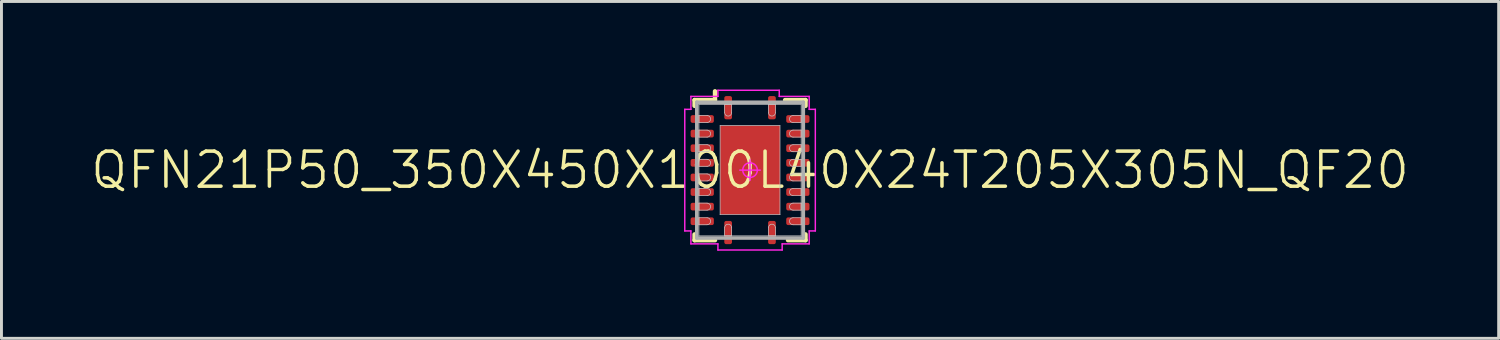
<source format=kicad_pcb>
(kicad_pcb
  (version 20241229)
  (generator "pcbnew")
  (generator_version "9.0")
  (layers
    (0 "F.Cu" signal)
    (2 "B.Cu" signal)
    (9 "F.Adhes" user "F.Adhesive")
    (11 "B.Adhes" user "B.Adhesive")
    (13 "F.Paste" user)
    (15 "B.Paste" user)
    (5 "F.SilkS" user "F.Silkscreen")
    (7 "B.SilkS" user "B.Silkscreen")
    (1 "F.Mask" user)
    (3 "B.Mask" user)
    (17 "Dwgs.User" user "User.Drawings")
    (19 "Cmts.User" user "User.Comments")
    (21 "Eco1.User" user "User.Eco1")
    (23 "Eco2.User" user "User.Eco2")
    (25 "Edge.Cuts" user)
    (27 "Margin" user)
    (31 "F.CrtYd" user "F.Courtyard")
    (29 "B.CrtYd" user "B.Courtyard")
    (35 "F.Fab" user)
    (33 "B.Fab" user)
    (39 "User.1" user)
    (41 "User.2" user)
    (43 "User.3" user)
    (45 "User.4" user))
  (footprint "QFN21P50_350X450X100L40X24T205X305N_QF20"
    (layer "F.Cu")
    (at 22.631 2.775)
    (property "Reference" "QFN21P50_350X450X100L40X24T205X305N_QF20" (at 0 0 0) (layer "F.SilkS") (effects (font (size 1.2 1.2) (thickness 0.12))))
    (attr smd)
    (fp_line (start -1.9 -2.4) (end -1.9 -2.2) (stroke (width 0.15) (type solid)) (layer "F.SilkS"))
    (fp_line (start -1.9 2.4) (end -1.9 2.2) (stroke (width 0.15) (type solid)) (layer "F.SilkS"))
    (fp_line (start -1.2 -2.7) (end -1.2 -2.4) (stroke (width 0.15) (type solid)) (layer "F.SilkS"))
    (fp_line (start -1.2 -2.4) (end -1.9 -2.4) (stroke (width 0.15) (type solid)) (layer "F.SilkS"))
    (fp_line (start -1.2 2.4) (end -1.9 2.4) (stroke (width 0.15) (type solid)) (layer "F.SilkS"))
    (fp_line (start 1.2 -2.4) (end 1.9 -2.4) (stroke (width 0.15) (type solid)) (layer "F.SilkS"))
    (fp_line (start 1.3 2.4) (end 1.9 2.4) (stroke (width 0.15) (type solid)) (layer "F.SilkS"))
    (fp_line (start 1.9 -2.4) (end 1.9 -2.2) (stroke (width 0.15) (type solid)) (layer "F.SilkS"))
    (fp_line (start 1.9 2.4) (end 1.9 2.2) (stroke (width 0.15) (type solid)) (layer "F.SilkS"))
    (fp_line (start -1.75 -2.25) (end 1.75 -2.25) (stroke (width 0.025) (type solid)) (layer "Dwgs.User"))
    (fp_line (start -1.75 -1.87) (end -1.75 -1.63) (stroke (width 0.025) (type solid)) (layer "Dwgs.User"))
    (fp_line (start -1.75 -1.63) (end -1.47 -1.63) (stroke (width 0.025) (type solid)) (layer "Dwgs.User"))
    (fp_line (start -1.75 -1.37) (end -1.75 -1.13) (stroke (width 0.025) (type solid)) (layer "Dwgs.User"))
    (fp_line (start -1.75 -1.13) (end -1.47 -1.13) (stroke (width 0.025) (type solid)) (layer "Dwgs.User"))
    (fp_line (start -1.75 -0.87) (end -1.75 -0.63) (stroke (width 0.025) (type solid)) (layer "Dwgs.User"))
    (fp_line (start -1.75 -0.63) (end -1.47 -0.63) (stroke (width 0.025) (type solid)) (layer "Dwgs.User"))
    (fp_line (start -1.75 -0.37) (end -1.75 -0.13) (stroke (width 0.025) (type solid)) (layer "Dwgs.User"))
    (fp_line (start -1.75 -0.13) (end -1.47 -0.13) (stroke (width 0.025) (type solid)) (layer "Dwgs.User"))
    (fp_line (start -1.75 0.13) (end -1.75 0.37) (stroke (width 0.025) (type solid)) (layer "Dwgs.User"))
    (fp_line (start -1.75 0.37) (end -1.47 0.37) (stroke (width 0.025) (type solid)) (layer "Dwgs.User"))
    (fp_line (start -1.75 0.63) (end -1.75 0.87) (stroke (width 0.025) (type solid)) (layer "Dwgs.User"))
    (fp_line (start -1.75 0.87) (end -1.47 0.87) (stroke (width 0.025) (type solid)) (layer "Dwgs.User"))
    (fp_line (start -1.75 1.13) (end -1.75 1.37) (stroke (width 0.025) (type solid)) (layer "Dwgs.User"))
    (fp_line (start -1.75 1.37) (end -1.47 1.37) (stroke (width 0.025) (type solid)) (layer "Dwgs.User"))
    (fp_line (start -1.75 1.63) (end -1.75 1.87) (stroke (width 0.025) (type solid)) (layer "Dwgs.User"))
    (fp_line (start -1.75 1.87) (end -1.47 1.87) (stroke (width 0.025) (type solid)) (layer "Dwgs.User"))
    (fp_line (start -1.75 2.25) (end -1.75 -2.25) (stroke (width 0.025) (type solid)) (layer "Dwgs.User"))
    (fp_line (start -1.47 -1.87) (end -1.75 -1.87) (stroke (width 0.025) (type solid)) (layer "Dwgs.User"))
    (fp_line (start -1.47 -1.37) (end -1.75 -1.37) (stroke (width 0.025) (type solid)) (layer "Dwgs.User"))
    (fp_line (start -1.47 -0.87) (end -1.75 -0.87) (stroke (width 0.025) (type solid)) (layer "Dwgs.User"))
    (fp_line (start -1.47 -0.37) (end -1.75 -0.37) (stroke (width 0.025) (type solid)) (layer "Dwgs.User"))
    (fp_line (start -1.47 0.13) (end -1.75 0.13) (stroke (width 0.025) (type solid)) (layer "Dwgs.User"))
    (fp_line (start -1.47 0.63) (end -1.75 0.63) (stroke (width 0.025) (type solid)) (layer "Dwgs.User"))
    (fp_line (start -1.47 1.13) (end -1.75 1.13) (stroke (width 0.025) (type solid)) (layer "Dwgs.User"))
    (fp_line (start -1.47 1.63) (end -1.75 1.63) (stroke (width 0.025) (type solid)) (layer "Dwgs.User"))
    (fp_line (start -1.025 -1.525) (end 1.025 -1.525) (stroke (width 0.025) (type solid)) (layer "Dwgs.User"))
    (fp_line (start -1.025 1.525) (end -1.025 -1.525) (stroke (width 0.025) (type solid)) (layer "Dwgs.User"))
    (fp_line (start -0.87 -2.25) (end -0.87 -1.97) (stroke (width 0.025) (type solid)) (layer "Dwgs.User"))
    (fp_line (start -0.87 1.97) (end -0.87 2.25) (stroke (width 0.025) (type solid)) (layer "Dwgs.User"))
    (fp_line (start -0.87 2.25) (end -0.63 2.25) (stroke (width 0.025) (type solid)) (layer "Dwgs.User"))
    (fp_line (start -0.63 -2.25) (end -0.87 -2.25) (stroke (width 0.025) (type solid)) (layer "Dwgs.User"))
    (fp_line (start -0.63 -1.97) (end -0.63 -2.25) (stroke (width 0.025) (type solid)) (layer "Dwgs.User"))
    (fp_line (start -0.63 2.25) (end -0.63 1.97) (stroke (width 0.025) (type solid)) (layer "Dwgs.User"))
    (fp_line (start 0.63 -2.25) (end 0.63 -1.97) (stroke (width 0.025) (type solid)) (layer "Dwgs.User"))
    (fp_line (start 0.63 1.97) (end 0.63 2.25) (stroke (width 0.025) (type solid)) (layer "Dwgs.User"))
    (fp_line (start 0.63 2.25) (end 0.87 2.25) (stroke (width 0.025) (type solid)) (layer "Dwgs.User"))
    (fp_line (start 0.87 -2.25) (end 0.63 -2.25) (stroke (width 0.025) (type solid)) (layer "Dwgs.User"))
    (fp_line (start 0.87 -1.97) (end 0.87 -2.25) (stroke (width 0.025) (type solid)) (layer "Dwgs.User"))
    (fp_line (start 0.87 2.25) (end 0.87 1.97) (stroke (width 0.025) (type solid)) (layer "Dwgs.User"))
    (fp_line (start 1.025 -1.525) (end 1.025 1.525) (stroke (width 0.025) (type solid)) (layer "Dwgs.User"))
    (fp_line (start 1.025 1.525) (end -1.025 1.525) (stroke (width 0.025) (type solid)) (layer "Dwgs.User"))
    (fp_line (start 1.47 -1.63) (end 1.75 -1.63) (stroke (width 0.025) (type solid)) (layer "Dwgs.User"))
    (fp_line (start 1.47 -1.13) (end 1.75 -1.13) (stroke (width 0.025) (type solid)) (layer "Dwgs.User"))
    (fp_line (start 1.47 -0.63) (end 1.75 -0.63) (stroke (width 0.025) (type solid)) (layer "Dwgs.User"))
    (fp_line (start 1.47 -0.13) (end 1.75 -0.13) (stroke (width 0.025) (type solid)) (layer "Dwgs.User"))
    (fp_line (start 1.47 0.37) (end 1.75 0.37) (stroke (width 0.025) (type solid)) (layer "Dwgs.User"))
    (fp_line (start 1.47 0.87) (end 1.75 0.87) (stroke (width 0.025) (type solid)) (layer "Dwgs.User"))
    (fp_line (start 1.47 1.37) (end 1.75 1.37) (stroke (width 0.025) (type solid)) (layer "Dwgs.User"))
    (fp_line (start 1.47 1.87) (end 1.75 1.87) (stroke (width 0.025) (type solid)) (layer "Dwgs.User"))
    (fp_line (start 1.75 -2.25) (end 1.75 2.25) (stroke (width 0.025) (type solid)) (layer "Dwgs.User"))
    (fp_line (start 1.75 -1.87) (end 1.47 -1.87) (stroke (width 0.025) (type solid)) (layer "Dwgs.User"))
    (fp_line (start 1.75 -1.63) (end 1.75 -1.87) (stroke (width 0.025) (type solid)) (layer "Dwgs.User"))
    (fp_line (start 1.75 -1.37) (end 1.47 -1.37) (stroke (width 0.025) (type solid)) (layer "Dwgs.User"))
    (fp_line (start 1.75 -1.13) (end 1.75 -1.37) (stroke (width 0.025) (type solid)) (layer "Dwgs.User"))
    (fp_line (start 1.75 -0.87) (end 1.47 -0.87) (stroke (width 0.025) (type solid)) (layer "Dwgs.User"))
    (fp_line (start 1.75 -0.63) (end 1.75 -0.87) (stroke (width 0.025) (type solid)) (layer "Dwgs.User"))
    (fp_line (start 1.75 -0.37) (end 1.47 -0.37) (stroke (width 0.025) (type solid)) (layer "Dwgs.User"))
    (fp_line (start 1.75 -0.13) (end 1.75 -0.37) (stroke (width 0.025) (type solid)) (layer "Dwgs.User"))
    (fp_line (start 1.75 0.13) (end 1.47 0.13) (stroke (width 0.025) (type solid)) (layer "Dwgs.User"))
    (fp_line (start 1.75 0.37) (end 1.75 0.13) (stroke (width 0.025) (type solid)) (layer "Dwgs.User"))
    (fp_line (start 1.75 0.63) (end 1.47 0.63) (stroke (width 0.025) (type solid)) (layer "Dwgs.User"))
    (fp_line (start 1.75 0.87) (end 1.75 0.63) (stroke (width 0.025) (type solid)) (layer "Dwgs.User"))
    (fp_line (start 1.75 1.13) (end 1.47 1.13) (stroke (width 0.025) (type solid)) (layer "Dwgs.User"))
    (fp_line (start 1.75 1.37) (end 1.75 1.13) (stroke (width 0.025) (type solid)) (layer "Dwgs.User"))
    (fp_line (start 1.75 1.63) (end 1.47 1.63) (stroke (width 0.025) (type solid)) (layer "Dwgs.User"))
    (fp_line (start 1.75 1.87) (end 1.75 1.63) (stroke (width 0.025) (type solid)) (layer "Dwgs.User"))
    (fp_line (start 1.75 2.25) (end -1.75 2.25) (stroke (width 0.025) (type solid)) (layer "Dwgs.User"))
    (fp_arc (start -1.47 -1.87) (mid -1.35 -1.75) (end -1.47 -1.63) (stroke (width 0.025) (type solid)) (layer "Dwgs.User"))
    (fp_arc (start -1.47 -1.37) (mid -1.35 -1.25) (end -1.47 -1.13) (stroke (width 0.025) (type solid)) (layer "Dwgs.User"))
    (fp_arc (start -1.47 -0.87) (mid -1.35 -0.75) (end -1.47 -0.63) (stroke (width 0.025) (type solid)) (layer "Dwgs.User"))
    (fp_arc (start -1.47 -0.37) (mid -1.35 -0.25) (end -1.47 -0.13) (stroke (width 0.025) (type solid)) (layer "Dwgs.User"))
    (fp_arc (start -1.47 0.13) (mid -1.35 0.25) (end -1.47 0.37) (stroke (width 0.025) (type solid)) (layer "Dwgs.User"))
    (fp_arc (start -1.47 0.63) (mid -1.35 0.75) (end -1.47 0.87) (stroke (width 0.025) (type solid)) (layer "Dwgs.User"))
    (fp_arc (start -1.47 1.13) (mid -1.35 1.25) (end -1.47 1.37) (stroke (width 0.025) (type solid)) (layer "Dwgs.User"))
    (fp_arc (start -1.47 1.63) (mid -1.35 1.75) (end -1.47 1.87) (stroke (width 0.025) (type solid)) (layer "Dwgs.User"))
    (fp_arc (start -0.87 1.97) (mid -0.75 1.85) (end -0.63 1.97) (stroke (width 0.025) (type solid)) (layer "Dwgs.User"))
    (fp_arc (start -0.63 -1.97) (mid -0.75 -1.85) (end -0.87 -1.97) (stroke (width 0.025) (type solid)) (layer "Dwgs.User"))
    (fp_arc (start 0.63 1.97) (mid 0.75 1.85) (end 0.87 1.97) (stroke (width 0.025) (type solid)) (layer "Dwgs.User"))
    (fp_arc (start 0.87 -1.97) (mid 0.75 -1.85) (end 0.63 -1.97) (stroke (width 0.025) (type solid)) (layer "Dwgs.User"))
    (fp_arc (start 1.47 -1.63) (mid 1.35 -1.75) (end 1.47 -1.87) (stroke (width 0.025) (type solid)) (layer "Dwgs.User"))
    (fp_arc (start 1.47 -1.13) (mid 1.35 -1.25) (end 1.47 -1.37) (stroke (width 0.025) (type solid)) (layer "Dwgs.User"))
    (fp_arc (start 1.47 -0.63) (mid 1.35 -0.75) (end 1.47 -0.87) (stroke (width 0.025) (type solid)) (layer "Dwgs.User"))
    (fp_arc (start 1.47 -0.13) (mid 1.35 -0.25) (end 1.47 -0.37) (stroke (width 0.025) (type solid)) (layer "Dwgs.User"))
    (fp_arc (start 1.47 0.37) (mid 1.35 0.25) (end 1.47 0.13) (stroke (width 0.025) (type solid)) (layer "Dwgs.User"))
    (fp_arc (start 1.47 0.87) (mid 1.35 0.75) (end 1.47 0.63) (stroke (width 0.025) (type solid)) (layer "Dwgs.User"))
    (fp_arc (start 1.47 1.37) (mid 1.35 1.25) (end 1.47 1.13) (stroke (width 0.025) (type solid)) (layer "Dwgs.User"))
    (fp_arc (start 1.47 1.87) (mid 1.35 1.75) (end 1.47 1.63) (stroke (width 0.025) (type solid)) (layer "Dwgs.User"))
    (fp_line (start -2.235 -2.082) (end -2.235 2.082) (stroke (width 0.05) (type solid)) (layer "F.CrtYd"))
    (fp_line (start -2.235 2.082) (end -2.025 2.082) (stroke (width 0.05) (type solid)) (layer "F.CrtYd"))
    (fp_line (start -2.025 -2.525) (end -2.025 -2.082) (stroke (width 0.05) (type solid)) (layer "F.CrtYd"))
    (fp_line (start -2.025 -2.082) (end -2.235 -2.082) (stroke (width 0.05) (type solid)) (layer "F.CrtYd"))
    (fp_line (start -2.025 2.082) (end -2.025 2.525) (stroke (width 0.05) (type solid)) (layer "F.CrtYd"))
    (fp_line (start -2.025 2.525) (end -1.1 2.525) (stroke (width 0.05) (type solid)) (layer "F.CrtYd"))
    (fp_line (start -1.1 -2.735) (end -1.1 -2.525) (stroke (width 0.05) (type solid)) (layer "F.CrtYd"))
    (fp_line (start -1.1 -2.525) (end -2.025 -2.525) (stroke (width 0.05) (type solid)) (layer "F.CrtYd"))
    (fp_line (start -1.1 2.525) (end -1.1 2.735) (stroke (width 0.05) (type solid)) (layer "F.CrtYd"))
    (fp_line (start -1.1 2.735) (end 1.1 2.735) (stroke (width 0.05) (type solid)) (layer "F.CrtYd"))
    (fp_line (start -0.35 0) (end 0.35 0) (stroke (width 0.05) (type solid)) (layer "F.CrtYd"))
    (fp_line (start 0 -0.35) (end 0 0.35) (stroke (width 0.05) (type solid)) (layer "F.CrtYd"))
    (fp_line (start 1 -2.735) (end -1.1 -2.735) (stroke (width 0.05) (type solid)) (layer "F.CrtYd"))
    (fp_line (start 1 -2.525) (end 1 -2.735) (stroke (width 0.05) (type solid)) (layer "F.CrtYd"))
    (fp_line (start 1.1 2.525) (end 2.025 2.525) (stroke (width 0.05) (type solid)) (layer "F.CrtYd"))
    (fp_line (start 1.1 2.735) (end 1.1 2.525) (stroke (width 0.05) (type solid)) (layer "F.CrtYd"))
    (fp_line (start 2.025 -2.525) (end 1 -2.525) (stroke (width 0.05) (type solid)) (layer "F.CrtYd"))
    (fp_line (start 2.025 -2.082) (end 2.025 -2.525) (stroke (width 0.05) (type solid)) (layer "F.CrtYd"))
    (fp_line (start 2.025 2.082) (end 2.235 2.082) (stroke (width 0.05) (type solid)) (layer "F.CrtYd"))
    (fp_line (start 2.025 2.525) (end 2.025 2.082) (stroke (width 0.05) (type solid)) (layer "F.CrtYd"))
    (fp_line (start 2.235 -2.082) (end 2.025 -2.082) (stroke (width 0.05) (type solid)) (layer "F.CrtYd"))
    (fp_line (start 2.235 2.082) (end 2.235 -2.082) (stroke (width 0.05) (type solid)) (layer "F.CrtYd"))
    (fp_circle (center 0 0) (end 0 0.25) (stroke (width 0.05) (type solid)) (fill no) (layer "F.CrtYd"))
    (fp_line (start -1.825 -2.325) (end 1.825 -2.325) (stroke (width 0.12) (type solid)) (layer "F.Fab"))
    (fp_line (start -1.825 2.325) (end -1.825 -2.325) (stroke (width 0.12) (type solid)) (layer "F.Fab"))
    (fp_line (start 1.825 -2.325) (end 1.825 2.325) (stroke (width 0.12) (type solid)) (layer "F.Fab"))
    (fp_line (start 1.825 2.325) (end -1.825 2.325) (stroke (width 0.12) (type solid)) (layer "F.Fab"))
    (pad "" smd roundrect (at -0.512 -0.762 90) (size 1.225 0.725) (layers "F.Paste") (roundrect_rratio 0.25))
    (pad "" smd roundrect (at -0.512 0.762 90) (size 1.225 0.725) (layers "F.Paste") (roundrect_rratio 0.25))
    (pad "" smd roundrect (at 0.512 -0.762 90) (size 1.225 0.725) (layers "F.Paste") (roundrect_rratio 0.25))
    (pad "" smd roundrect (at 0.512 0.762 90) (size 1.225 0.725) (layers "F.Paste") (roundrect_rratio 0.25))
    (pad "1" smd roundrect (at -0.75 -2.137 90) (size 0.796 0.264) (layers "F.Cu" "F.Mask" "F.Paste") (roundrect_rratio 0.25))
    (pad "2" smd roundrect (at -1.637 -1.75) (size 0.796 0.264) (layers "F.Cu" "F.Mask" "F.Paste") (roundrect_rratio 0.25))
    (pad "3" smd roundrect (at -1.637 -1.25) (size 0.796 0.264) (layers "F.Cu" "F.Mask" "F.Paste") (roundrect_rratio 0.25))
    (pad "4" smd roundrect (at -1.637 -0.75) (size 0.796 0.264) (layers "F.Cu" "F.Mask" "F.Paste") (roundrect_rratio 0.25))
    (pad "5" smd roundrect (at -1.637 -0.25) (size 0.796 0.264) (layers "F.Cu" "F.Mask" "F.Paste") (roundrect_rratio 0.25))
    (pad "6" smd roundrect (at -1.637 0.25) (size 0.796 0.264) (layers "F.Cu" "F.Mask" "F.Paste") (roundrect_rratio 0.25))
    (pad "7" smd roundrect (at -1.637 0.75) (size 0.796 0.264) (layers "F.Cu" "F.Mask" "F.Paste") (roundrect_rratio 0.25))
    (pad "8" smd roundrect (at -1.637 1.25) (size 0.796 0.264) (layers "F.Cu" "F.Mask" "F.Paste") (roundrect_rratio 0.25))
    (pad "9" smd roundrect (at -1.637 1.75) (size 0.796 0.264) (layers "F.Cu" "F.Mask" "F.Paste") (roundrect_rratio 0.25))
    (pad "10" smd roundrect (at -0.75 2.137 90) (size 0.796 0.264) (layers "F.Cu" "F.Mask" "F.Paste") (roundrect_rratio 0.25))
    (pad "11" smd roundrect (at 0.75 2.137 90) (size 0.796 0.264) (layers "F.Cu" "F.Mask" "F.Paste") (roundrect_rratio 0.25))
    (pad "12" smd roundrect (at 1.637 1.75) (size 0.796 0.264) (layers "F.Cu" "F.Mask" "F.Paste") (roundrect_rratio 0.25))
    (pad "13" smd roundrect (at 1.637 1.25) (size 0.796 0.264) (layers "F.Cu" "F.Mask" "F.Paste") (roundrect_rratio 0.25))
    (pad "14" smd roundrect (at 1.637 0.75) (size 0.796 0.264) (layers "F.Cu" "F.Mask" "F.Paste") (roundrect_rratio 0.25))
    (pad "15" smd roundrect (at 1.637 0.25) (size 0.796 0.264) (layers "F.Cu" "F.Mask" "F.Paste") (roundrect_rratio 0.25))
    (pad "16" smd roundrect (at 1.637 -0.25) (size 0.796 0.264) (layers "F.Cu" "F.Mask" "F.Paste") (roundrect_rratio 0.25))
    (pad "17" smd roundrect (at 1.637 -0.75) (size 0.796 0.264) (layers "F.Cu" "F.Mask" "F.Paste") (roundrect_rratio 0.25))
    (pad "18" smd roundrect (at 1.637 -1.25) (size 0.796 0.264) (layers "F.Cu" "F.Mask" "F.Paste") (roundrect_rratio 0.25))
    (pad "19" smd roundrect (at 1.637 -1.75) (size 0.796 0.264) (layers "F.Cu" "F.Mask" "F.Paste") (roundrect_rratio 0.25))
    (pad "20" smd roundrect (at 0.75 -2.137 90) (size 0.796 0.264) (layers "F.Cu" "F.Mask" "F.Paste") (roundrect_rratio 0.25))
    (pad "21" smd rect (at 0 0 90) (size 3.05 2.05) (layers "F.Cu" "F.Mask")))
  (gr_rect
    (start -3 -3)
    (end 48.263 8.535)
    (stroke (width 0.1) (type default))
    (fill no)
    (layer "Edge.Cuts")))
</source>
